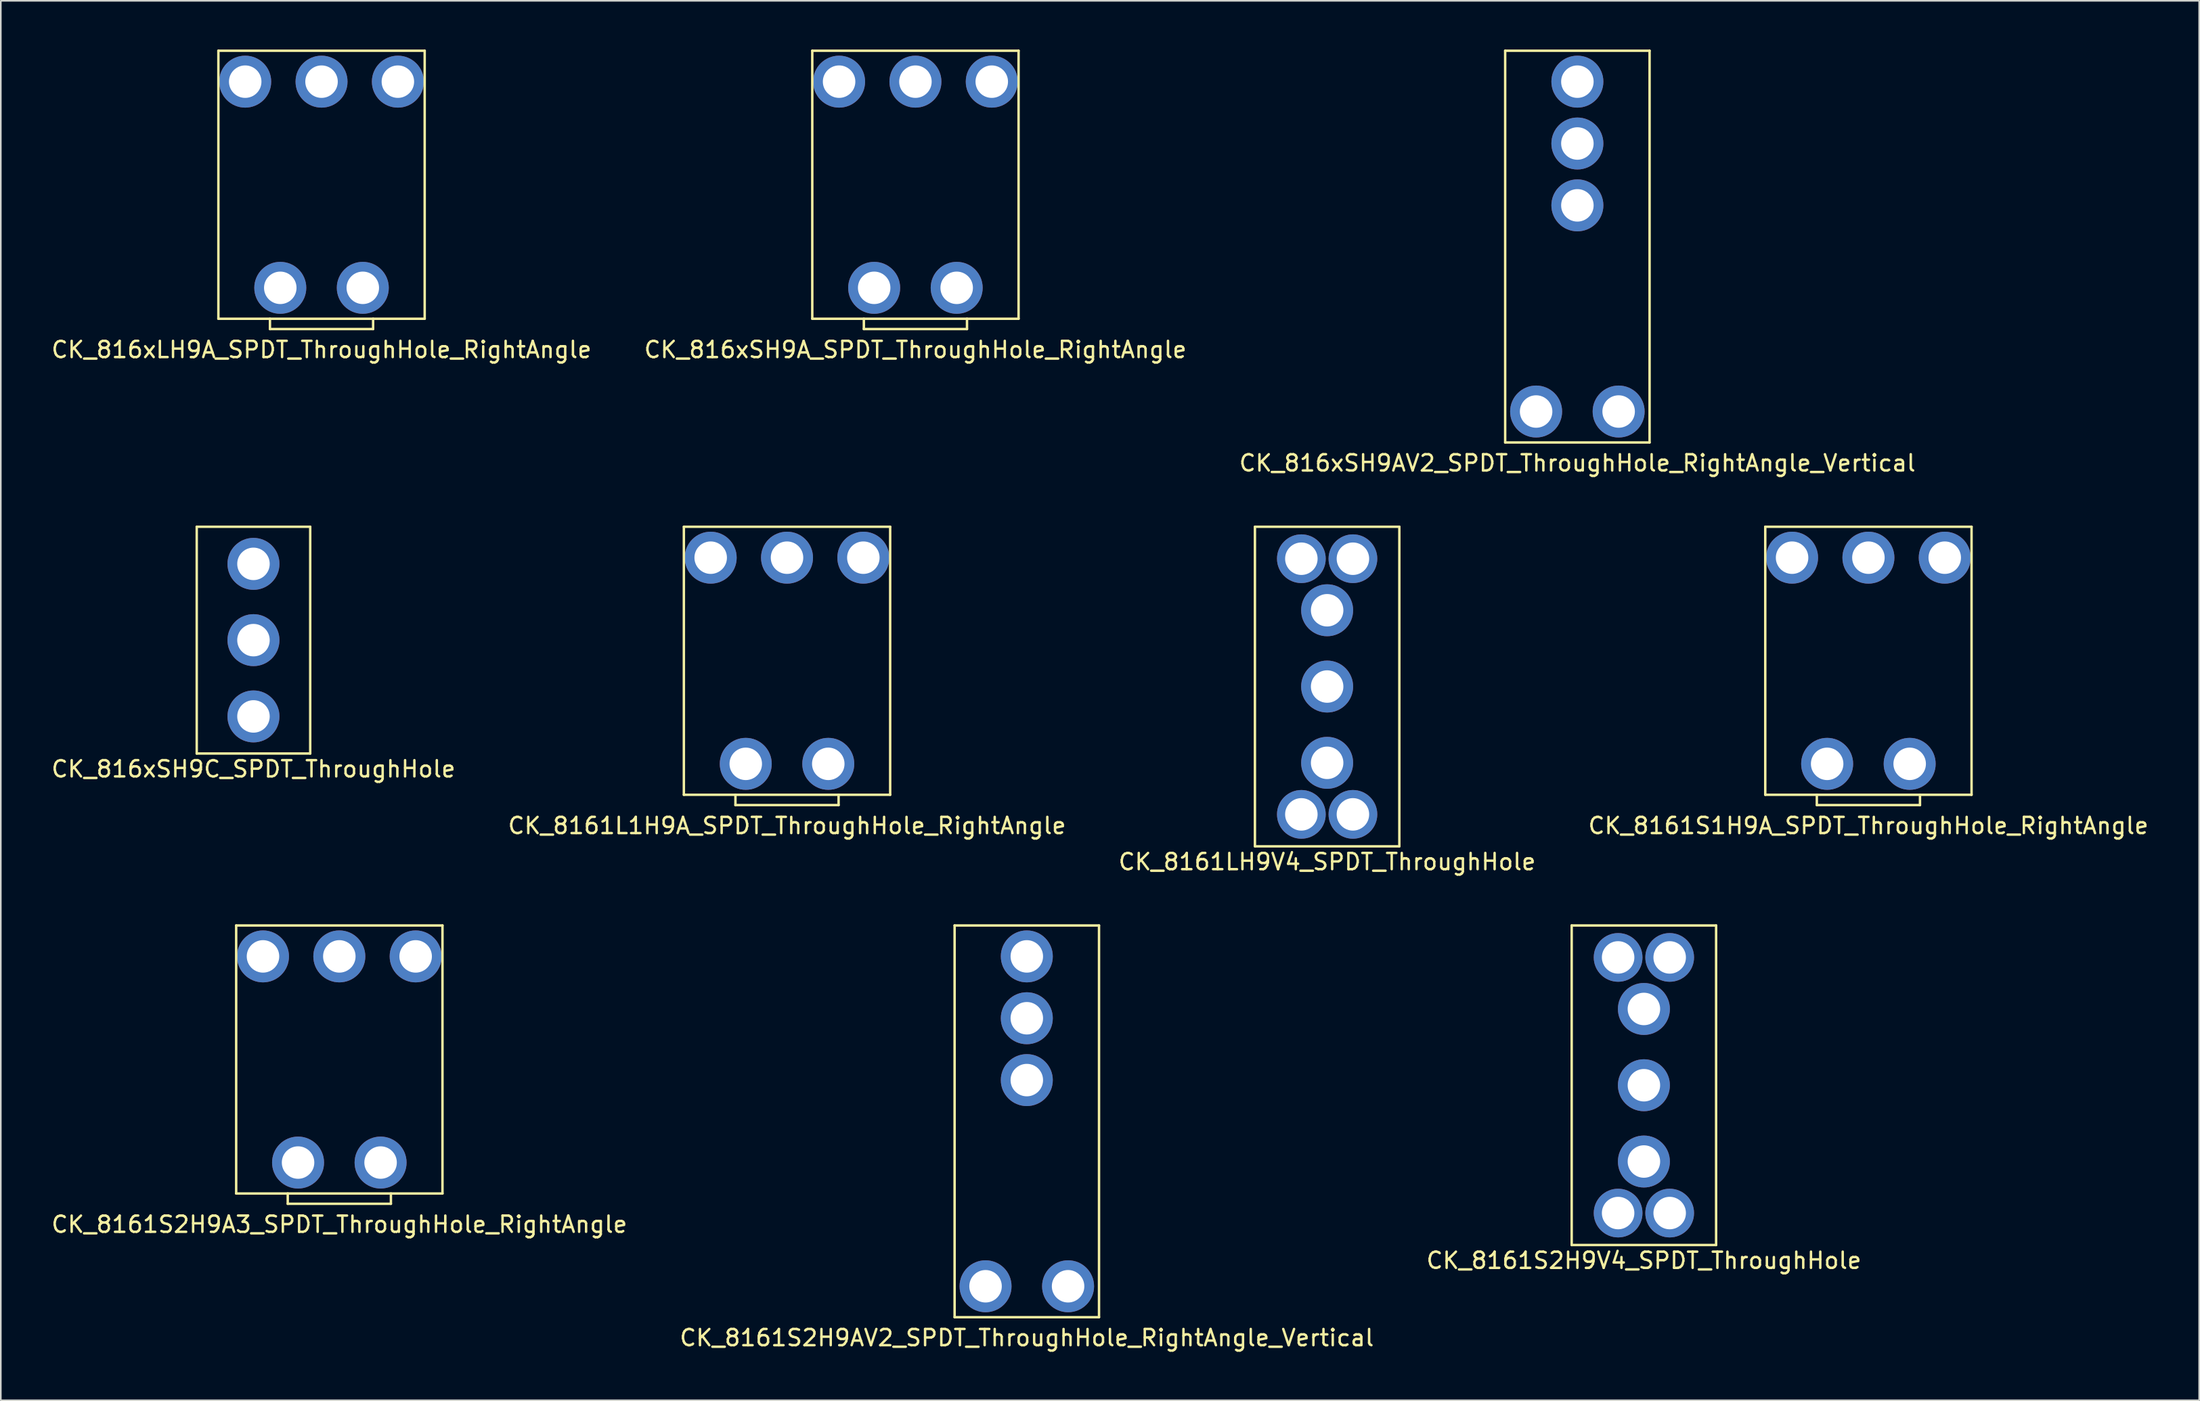
<source format=kicad_pcb>
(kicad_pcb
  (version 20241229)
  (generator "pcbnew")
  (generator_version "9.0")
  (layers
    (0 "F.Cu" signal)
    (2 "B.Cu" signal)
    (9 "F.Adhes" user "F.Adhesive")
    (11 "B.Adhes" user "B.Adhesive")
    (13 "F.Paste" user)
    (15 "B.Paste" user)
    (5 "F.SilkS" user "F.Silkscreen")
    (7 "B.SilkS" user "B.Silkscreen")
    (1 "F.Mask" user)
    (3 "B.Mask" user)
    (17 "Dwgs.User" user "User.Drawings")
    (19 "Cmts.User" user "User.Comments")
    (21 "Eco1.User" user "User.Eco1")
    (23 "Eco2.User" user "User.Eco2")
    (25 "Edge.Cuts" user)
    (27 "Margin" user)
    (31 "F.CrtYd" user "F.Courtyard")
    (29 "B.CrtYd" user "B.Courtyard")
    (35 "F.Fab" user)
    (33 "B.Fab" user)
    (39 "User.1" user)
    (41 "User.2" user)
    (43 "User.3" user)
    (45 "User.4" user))
  (footprint "CK_816xLH9A_SPDT_ThroughHole_RightAngle"
    (layer "F.Cu")
    (at 16.744 1.98)
    (property "Reference" "CK_816xLH9A_SPDT_ThroughHole_RightAngle" (at 0 16.51 0) (layer "F.SilkS") (effects (font (size 1 1) (thickness 0.15))))
    (attr through_hole)
    (fp_line (start -6.35 -1.905) (end -6.35 14.605) (stroke (width 0.15) (type solid)) (layer "F.SilkS"))
    (fp_line (start -6.35 -1.905) (end 6.35 -1.905) (stroke (width 0.15) (type solid)) (layer "F.SilkS"))
    (fp_line (start -6.35 14.605) (end 6.35 14.605) (stroke (width 0.15) (type solid)) (layer "F.SilkS"))
    (fp_line (start -3.175 14.605) (end -3.175 15.24) (stroke (width 0.15) (type solid)) (layer "F.SilkS"))
    (fp_line (start -3.175 15.24) (end 3.175 15.24) (stroke (width 0.15) (type solid)) (layer "F.SilkS"))
    (fp_line (start 3.175 15.24) (end 3.175 14.605) (stroke (width 0.15) (type solid)) (layer "F.SilkS"))
    (fp_line (start 6.35 -1.905) (end 6.35 14.605) (stroke (width 0.15) (type solid)) (layer "F.SilkS"))
    (pad "" np_thru_hole circle (at -2.54 12.7) (size 3.2 3.2) (drill 2) (layers "*.Cu" "*.Mask"))
    (pad "" np_thru_hole circle (at 2.54 12.7) (size 3.2 3.2) (drill 2) (layers "*.Cu" "*.Mask"))
    (pad "1" thru_hole circle (at 4.699 0) (size 3.2 3.2) (drill 2) (layers "*.Cu" "*.Mask"))
    (pad "2" thru_hole circle (at 0 0) (size 3.2 3.2) (drill 2) (layers "*.Cu" "*.Mask"))
    (pad "3" thru_hole circle (at -4.699 0) (size 3.2 3.2) (drill 2) (layers "*.Cu" "*.Mask")))
  (footprint "CK_8161L1H9A_SPDT_ThroughHole_RightAngle"
    (layer "F.Cu")
    (at 45.399 31.303)
    (property "Reference" "CK_8161L1H9A_SPDT_ThroughHole_RightAngle" (at 0 16.51 0) (layer "F.SilkS") (effects (font (size 1 1) (thickness 0.15))))
    (attr through_hole)
    (fp_line (start -6.35 -1.905) (end -6.35 14.605) (stroke (width 0.15) (type solid)) (layer "F.SilkS"))
    (fp_line (start -6.35 -1.905) (end 6.35 -1.905) (stroke (width 0.15) (type solid)) (layer "F.SilkS"))
    (fp_line (start -6.35 14.605) (end 6.35 14.605) (stroke (width 0.15) (type solid)) (layer "F.SilkS"))
    (fp_line (start -3.175 14.605) (end -3.175 15.24) (stroke (width 0.15) (type solid)) (layer "F.SilkS"))
    (fp_line (start -3.175 15.24) (end 3.175 15.24) (stroke (width 0.15) (type solid)) (layer "F.SilkS"))
    (fp_line (start 3.175 15.24) (end 3.175 14.605) (stroke (width 0.15) (type solid)) (layer "F.SilkS"))
    (fp_line (start 6.35 -1.905) (end 6.35 14.605) (stroke (width 0.15) (type solid)) (layer "F.SilkS"))
    (pad "" np_thru_hole circle (at -2.54 12.7) (size 3.2 3.2) (drill 2) (layers "*.Cu" "*.Mask"))
    (pad "" np_thru_hole circle (at 2.54 12.7) (size 3.2 3.2) (drill 2) (layers "*.Cu" "*.Mask"))
    (pad "1" thru_hole circle (at 4.699 0) (size 3.2 3.2) (drill 2) (layers "*.Cu" "*.Mask"))
    (pad "2" thru_hole circle (at 0 0) (size 3.2 3.2) (drill 2) (layers "*.Cu" "*.Mask"))
    (pad "3" thru_hole circle (at -4.699 0) (size 3.2 3.2) (drill 2) (layers "*.Cu" "*.Mask")))
  (footprint "CK_8161S1H9A_SPDT_ThroughHole_RightAngle"
    (layer "F.Cu")
    (at 111.97 31.303)
    (property "Reference" "CK_8161S1H9A_SPDT_ThroughHole_RightAngle" (at 0 16.51 0) (layer "F.SilkS") (effects (font (size 1 1) (thickness 0.15))))
    (attr through_hole)
    (fp_line (start -6.35 -1.905) (end -6.35 14.605) (stroke (width 0.15) (type solid)) (layer "F.SilkS"))
    (fp_line (start -6.35 -1.905) (end 6.35 -1.905) (stroke (width 0.15) (type solid)) (layer "F.SilkS"))
    (fp_line (start -6.35 14.605) (end 6.35 14.605) (stroke (width 0.15) (type solid)) (layer "F.SilkS"))
    (fp_line (start -3.175 14.605) (end -3.175 15.24) (stroke (width 0.15) (type solid)) (layer "F.SilkS"))
    (fp_line (start -3.175 15.24) (end 3.175 15.24) (stroke (width 0.15) (type solid)) (layer "F.SilkS"))
    (fp_line (start 3.175 15.24) (end 3.175 14.605) (stroke (width 0.15) (type solid)) (layer "F.SilkS"))
    (fp_line (start 6.35 -1.905) (end 6.35 14.605) (stroke (width 0.15) (type solid)) (layer "F.SilkS"))
    (pad "" np_thru_hole circle (at -2.54 12.7) (size 3.2 3.2) (drill 2) (layers "*.Cu" "*.Mask"))
    (pad "" np_thru_hole circle (at 2.54 12.7) (size 3.2 3.2) (drill 2) (layers "*.Cu" "*.Mask"))
    (pad "1" thru_hole circle (at 4.699 0) (size 3.2 3.2) (drill 2) (layers "*.Cu" "*.Mask"))
    (pad "2" thru_hole circle (at 0 0) (size 3.2 3.2) (drill 2) (layers "*.Cu" "*.Mask"))
    (pad "3" thru_hole circle (at -4.699 0) (size 3.2 3.2) (drill 2) (layers "*.Cu" "*.Mask")))
  (footprint "CK_816xSH9AV2_SPDT_ThroughHole_RightAngle_Vertical"
    (layer "F.Cu")
    (at 94.054 1.98)
    (property "Reference" "CK_816xSH9AV2_SPDT_ThroughHole_RightAngle_Vertical" (at 0 23.495 0) (layer "F.SilkS") (effects (font (size 1 1) (thickness 0.15))))
    (attr through_hole)
    (fp_line (start -4.445 -1.905) (end -4.445 22.225) (stroke (width 0.15) (type solid)) (layer "F.SilkS"))
    (fp_line (start -4.445 -1.905) (end 4.445 -1.905) (stroke (width 0.15) (type solid)) (layer "F.SilkS"))
    (fp_line (start -4.445 22.225) (end 4.445 22.225) (stroke (width 0.15) (type solid)) (layer "F.SilkS"))
    (fp_line (start 4.445 22.225) (end 4.445 -1.905) (stroke (width 0.15) (type solid)) (layer "F.SilkS"))
    (pad "" np_thru_hole circle (at -2.54 20.32) (size 3.2 3.2) (drill 2) (layers "*.Cu" "*.Mask"))
    (pad "" np_thru_hole circle (at 2.54 20.32) (size 3.2 3.2) (drill 2) (layers "*.Cu" "*.Mask"))
    (pad "1" thru_hole circle (at 0 7.62) (size 3.2 3.2) (drill 2) (layers "*.Cu" "*.Mask"))
    (pad "2" thru_hole circle (at 0 3.81) (size 3.2 3.2) (drill 2) (layers "*.Cu" "*.Mask"))
    (pad "3" thru_hole circle (at 0 0) (size 3.2 3.2) (drill 2) (layers "*.Cu" "*.Mask")))
  (footprint "CK_816xSH9C_SPDT_ThroughHole"
    (layer "F.Cu")
    (at 12.554 36.383)
    (property "Reference" "CK_816xSH9C_SPDT_ThroughHole" (at 0 7.938 0) (layer "F.SilkS") (effects (font (size 1 1) (thickness 0.15))))
    (attr through_hole)
    (fp_line (start -3.493 -6.985) (end -3.493 6.985) (stroke (width 0.15) (type solid)) (layer "F.SilkS"))
    (fp_line (start -3.493 -6.985) (end 3.493 -6.985) (stroke (width 0.15) (type solid)) (layer "F.SilkS"))
    (fp_line (start -3.493 6.985) (end 3.493 6.985) (stroke (width 0.15) (type solid)) (layer "F.SilkS"))
    (fp_line (start 3.493 -6.985) (end 3.493 6.985) (stroke (width 0.15) (type solid)) (layer "F.SilkS"))
    (pad "1" thru_hole circle (at 0 4.699) (size 3.2 3.2) (drill 2) (layers "*.Cu" "*.Mask"))
    (pad "2" thru_hole circle (at 0 0) (size 3.2 3.2) (drill 2) (layers "*.Cu" "*.Mask"))
    (pad "3" thru_hole circle (at 0 -4.699) (size 3.2 3.2) (drill 2) (layers "*.Cu" "*.Mask")))
  (footprint "CK_8161S2H9V4_SPDT_ThroughHole"
    (layer "F.Cu")
    (at 98.149 63.801)
    (property "Reference" "CK_8161S2H9V4_SPDT_ThroughHole" (at 0 10.795 0) (layer "F.SilkS") (effects (font (size 1 1) (thickness 0.15))))
    (attr through_hole)
    (fp_line (start -4.445 -9.842) (end -4.445 9.842) (stroke (width 0.15) (type solid)) (layer "F.SilkS"))
    (fp_line (start -4.445 -9.842) (end 4.445 -9.842) (stroke (width 0.15) (type solid)) (layer "F.SilkS"))
    (fp_line (start -4.445 9.842) (end 4.445 9.842) (stroke (width 0.15) (type solid)) (layer "F.SilkS"))
    (fp_line (start 4.445 -9.842) (end 4.445 9.842) (stroke (width 0.15) (type solid)) (layer "F.SilkS"))
    (pad "" np_thru_hole circle (at -1.587 -7.874) (size 3 3) (drill 2) (layers "*.Cu" "*.Mask"))
    (pad "" np_thru_hole circle (at -1.587 7.874) (size 3 3) (drill 2) (layers "*.Cu" "*.Mask"))
    (pad "" np_thru_hole circle (at 1.587 -7.874) (size 3 3) (drill 2) (layers "*.Cu" "*.Mask"))
    (pad "" np_thru_hole circle (at 1.587 7.874) (size 3 3) (drill 2) (layers "*.Cu" "*.Mask"))
    (pad "1" thru_hole circle (at 0 4.699) (size 3.2 3.2) (drill 2) (layers "*.Cu" "*.Mask"))
    (pad "2" thru_hole circle (at 0 0) (size 3.2 3.2) (drill 2) (layers "*.Cu" "*.Mask"))
    (pad "3" thru_hole circle (at 0 -4.699) (size 3.2 3.2) (drill 2) (layers "*.Cu" "*.Mask")))
  (footprint "CK_8161S2H9AV2_SPDT_ThroughHole_RightAngle_Vertical"
    (layer "F.Cu")
    (at 60.161 55.864)
    (property "Reference" "CK_8161S2H9AV2_SPDT_ThroughHole_RightAngle_Vertical" (at 0 23.495 0) (layer "F.SilkS") (effects (font (size 1 1) (thickness 0.15))))
    (attr through_hole)
    (fp_line (start -4.445 -1.905) (end -4.445 22.225) (stroke (width 0.15) (type solid)) (layer "F.SilkS"))
    (fp_line (start -4.445 -1.905) (end 4.445 -1.905) (stroke (width 0.15) (type solid)) (layer "F.SilkS"))
    (fp_line (start -4.445 22.225) (end 4.445 22.225) (stroke (width 0.15) (type solid)) (layer "F.SilkS"))
    (fp_line (start 4.445 22.225) (end 4.445 -1.905) (stroke (width 0.15) (type solid)) (layer "F.SilkS"))
    (pad "" np_thru_hole circle (at -2.54 20.32) (size 3.2 3.2) (drill 2) (layers "*.Cu" "*.Mask"))
    (pad "" np_thru_hole circle (at 2.54 20.32) (size 3.2 3.2) (drill 2) (layers "*.Cu" "*.Mask"))
    (pad "1" thru_hole circle (at 0 7.62) (size 3.2 3.2) (drill 2) (layers "*.Cu" "*.Mask"))
    (pad "2" thru_hole circle (at 0 3.81) (size 3.2 3.2) (drill 2) (layers "*.Cu" "*.Mask"))
    (pad "3" thru_hole circle (at 0 0) (size 3.2 3.2) (drill 2) (layers "*.Cu" "*.Mask")))
  (footprint "CK_8161S2H9A3_SPDT_ThroughHole_RightAngle"
    (layer "F.Cu")
    (at 17.839 55.864)
    (property "Reference" "CK_8161S2H9A3_SPDT_ThroughHole_RightAngle" (at 0 16.51 0) (layer "F.SilkS") (effects (font (size 1 1) (thickness 0.15))))
    (attr through_hole)
    (fp_line (start -6.35 -1.905) (end -6.35 14.605) (stroke (width 0.15) (type solid)) (layer "F.SilkS"))
    (fp_line (start -6.35 -1.905) (end 6.35 -1.905) (stroke (width 0.15) (type solid)) (layer "F.SilkS"))
    (fp_line (start -6.35 14.605) (end 6.35 14.605) (stroke (width 0.15) (type solid)) (layer "F.SilkS"))
    (fp_line (start -3.175 14.605) (end -3.175 15.24) (stroke (width 0.15) (type solid)) (layer "F.SilkS"))
    (fp_line (start -3.175 15.24) (end 3.175 15.24) (stroke (width 0.15) (type solid)) (layer "F.SilkS"))
    (fp_line (start 3.175 15.24) (end 3.175 14.605) (stroke (width 0.15) (type solid)) (layer "F.SilkS"))
    (fp_line (start 6.35 -1.905) (end 6.35 14.605) (stroke (width 0.15) (type solid)) (layer "F.SilkS"))
    (pad "" np_thru_hole circle (at -2.54 12.7) (size 3.2 3.2) (drill 2) (layers "*.Cu" "*.Mask"))
    (pad "" np_thru_hole circle (at 2.54 12.7) (size 3.2 3.2) (drill 2) (layers "*.Cu" "*.Mask"))
    (pad "1" thru_hole circle (at 4.699 0) (size 3.2 3.2) (drill 2) (layers "*.Cu" "*.Mask"))
    (pad "2" thru_hole circle (at 0 0) (size 3.2 3.2) (drill 2) (layers "*.Cu" "*.Mask"))
    (pad "3" thru_hole circle (at -4.699 0) (size 3.2 3.2) (drill 2) (layers "*.Cu" "*.Mask")))
  (footprint "CK_816xSH9A_SPDT_ThroughHole_RightAngle"
    (layer "F.Cu")
    (at 53.304 1.98)
    (property "Reference" "CK_816xSH9A_SPDT_ThroughHole_RightAngle" (at 0 16.51 0) (layer "F.SilkS") (effects (font (size 1 1) (thickness 0.15))))
    (attr through_hole)
    (fp_line (start -6.35 -1.905) (end -6.35 14.605) (stroke (width 0.15) (type solid)) (layer "F.SilkS"))
    (fp_line (start -6.35 -1.905) (end 6.35 -1.905) (stroke (width 0.15) (type solid)) (layer "F.SilkS"))
    (fp_line (start -6.35 14.605) (end 6.35 14.605) (stroke (width 0.15) (type solid)) (layer "F.SilkS"))
    (fp_line (start -3.175 14.605) (end -3.175 15.24) (stroke (width 0.15) (type solid)) (layer "F.SilkS"))
    (fp_line (start -3.175 15.24) (end 3.175 15.24) (stroke (width 0.15) (type solid)) (layer "F.SilkS"))
    (fp_line (start 3.175 15.24) (end 3.175 14.605) (stroke (width 0.15) (type solid)) (layer "F.SilkS"))
    (fp_line (start 6.35 -1.905) (end 6.35 14.605) (stroke (width 0.15) (type solid)) (layer "F.SilkS"))
    (pad "" np_thru_hole circle (at -2.54 12.7) (size 3.2 3.2) (drill 2) (layers "*.Cu" "*.Mask"))
    (pad "" np_thru_hole circle (at 2.54 12.7) (size 3.2 3.2) (drill 2) (layers "*.Cu" "*.Mask"))
    (pad "1" thru_hole circle (at 4.699 0) (size 3.2 3.2) (drill 2) (layers "*.Cu" "*.Mask"))
    (pad "2" thru_hole circle (at 0 0) (size 3.2 3.2) (drill 2) (layers "*.Cu" "*.Mask"))
    (pad "3" thru_hole circle (at -4.699 0) (size 3.2 3.2) (drill 2) (layers "*.Cu" "*.Mask")))
  (footprint "CK_8161LH9V4_SPDT_ThroughHole"
    (layer "F.Cu")
    (at 78.649 39.241)
    (property "Reference" "CK_8161LH9V4_SPDT_ThroughHole" (at 0 10.795 0) (layer "F.SilkS") (effects (font (size 1 1) (thickness 0.15))))
    (attr through_hole)
    (fp_line (start -4.445 -9.842) (end -4.445 9.842) (stroke (width 0.15) (type solid)) (layer "F.SilkS"))
    (fp_line (start -4.445 -9.842) (end 4.445 -9.842) (stroke (width 0.15) (type solid)) (layer "F.SilkS"))
    (fp_line (start -4.445 9.842) (end 4.445 9.842) (stroke (width 0.15) (type solid)) (layer "F.SilkS"))
    (fp_line (start 4.445 -9.842) (end 4.445 9.842) (stroke (width 0.15) (type solid)) (layer "F.SilkS"))
    (pad "" np_thru_hole circle (at -1.587 -7.874) (size 3 3) (drill 2) (layers "*.Cu" "*.Mask"))
    (pad "" np_thru_hole circle (at -1.587 7.874) (size 3 3) (drill 2) (layers "*.Cu" "*.Mask"))
    (pad "" np_thru_hole circle (at 1.587 -7.874) (size 3 3) (drill 2) (layers "*.Cu" "*.Mask"))
    (pad "" np_thru_hole circle (at 1.587 7.874) (size 3 3) (drill 2) (layers "*.Cu" "*.Mask"))
    (pad "1" thru_hole circle (at 0 4.699) (size 3.2 3.2) (drill 2) (layers "*.Cu" "*.Mask"))
    (pad "2" thru_hole circle (at 0 0) (size 3.2 3.2) (drill 2) (layers "*.Cu" "*.Mask"))
    (pad "3" thru_hole circle (at 0 -4.699) (size 3.2 3.2) (drill 2) (layers "*.Cu" "*.Mask")))
  (gr_rect
    (start -3 -3)
    (end 132.333 83.207)
    (stroke (width 0.1) (type default))
    (fill no)
    (layer "Edge.Cuts")))
</source>
